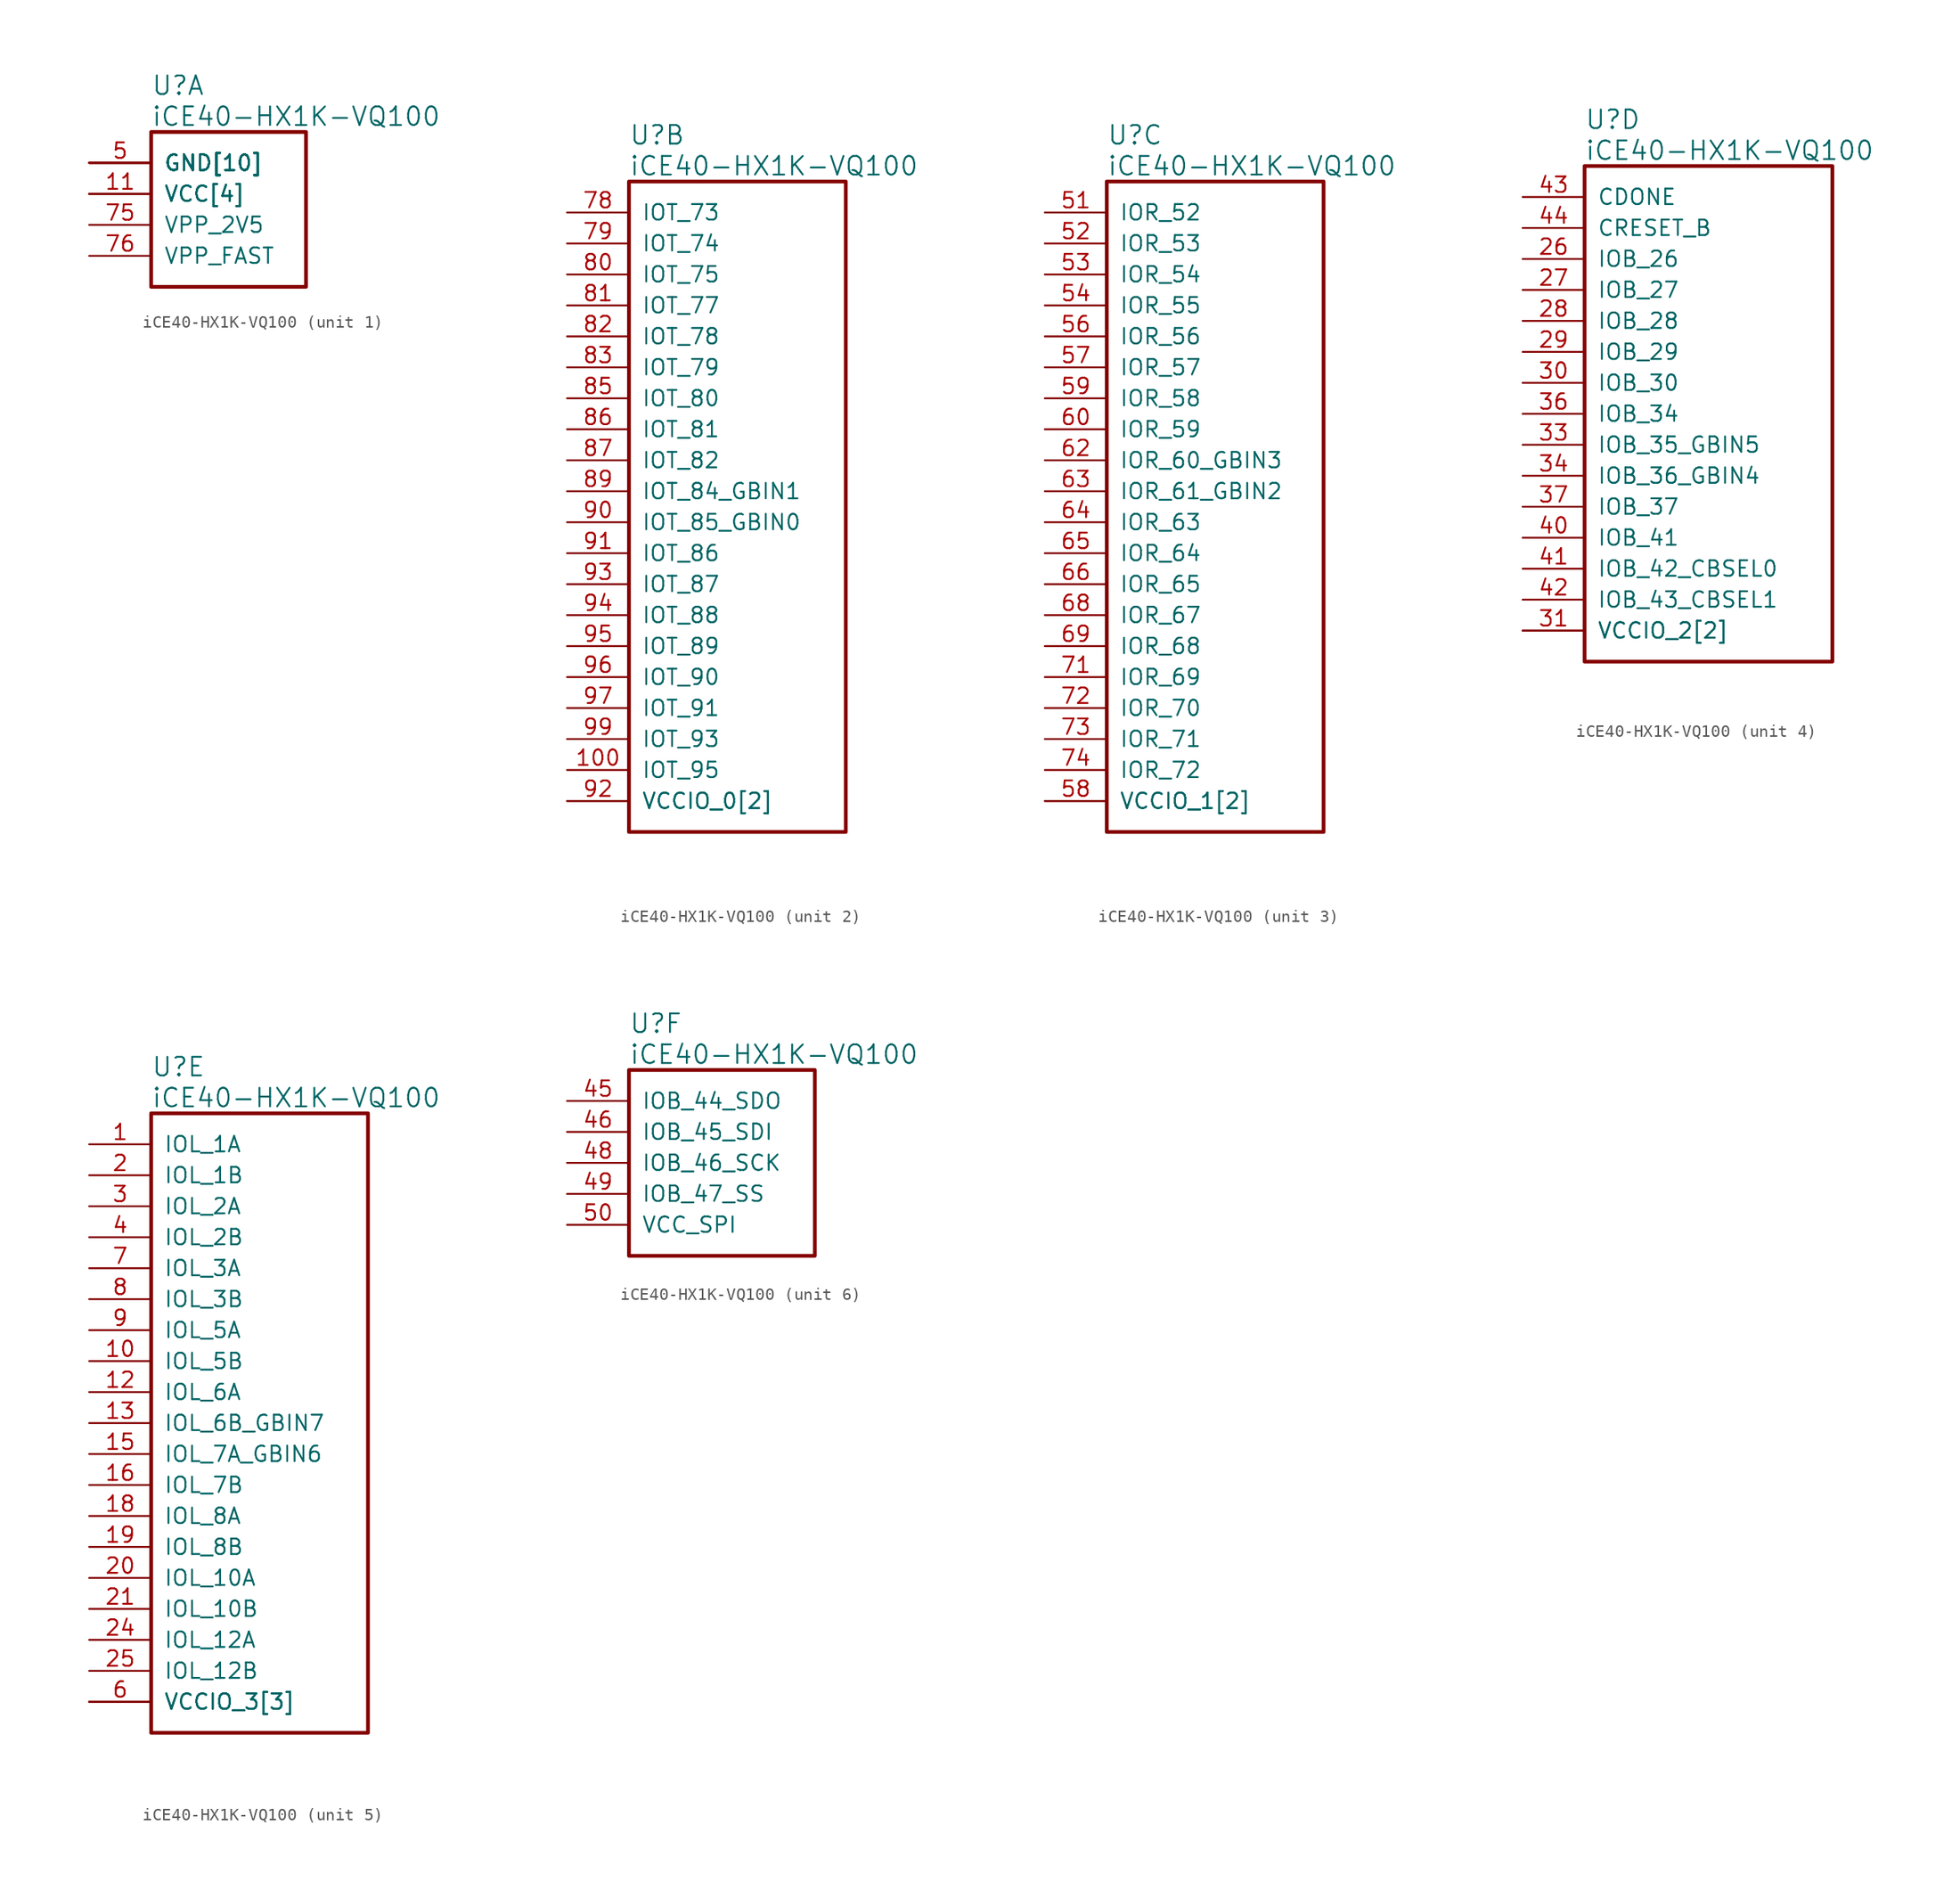
<source format=kicad_sym>
(kicad_symbol_lib
  (version 20241209)
  (generator "kicad_symbol_editor")
  (generator_version "9.0")
  (symbol "iCE40-HX1K-VQ100"
    (pin_names
      (offset 1.016))
    (property "Reference" "U"
      (at 5.08 6.35 0)
      (effects (font (size 1.524 1.524)) (justify left)))
    (property "Value" "iCE40-HX1K-VQ100"
      (at 5.08 3.81 0)
      (effects (font (size 1.524 1.524)) (justify left)))
    (property "ki_locked" ""
      (at 0 0 0)
      (effects (font (size 1.27 1.27))))
    (symbol "iCE40-HX1K-VQ100_1_1"
      (rectangle (start 5.08 2.54) (end 17.78 -10.16) (stroke (width 0.305) (type solid)) (fill (type none)))
      (pin power_in line (at 0 0 0) (length 5.08) (name "GND[10]" (effects (font (size 1.27 1.27)))) (number "17" (effects (font (size 0 0)))))
      (pin power_in line (at 0 0 0) (length 5.08) (name "GND[10]" (effects (font (size 1.27 1.27)))) (number "23" (effects (font (size 0 0)))))
      (pin power_in line (at 0 0 0) (length 5.08) (name "GND[10]" (effects (font (size 1.27 1.27)))) (number "32" (effects (font (size 0 0)))))
      (pin power_in line (at 0 0 0) (length 5.08) (name "GND[10]" (effects (font (size 1.27 1.27)))) (number "39" (effects (font (size 0 0)))))
      (pin power_in line (at 0 0 0) (length 5.08) (name "GND[10]" (effects (font (size 1.27 1.27)))) (number "47" (effects (font (size 0 0)))))
      (pin power_in line (at 0 0 0) (length 5.08) (name "GND[10]" (effects (font (size 1.27 1.27)))) (number "5" (effects (font (size 1.27 1.27)))))
      (pin power_in line (at 0 0 0) (length 5.08) (name "GND[10]" (effects (font (size 1.27 1.27)))) (number "55" (effects (font (size 0 0)))))
      (pin power_in line (at 0 0 0) (length 5.08) (name "GND[10]" (effects (font (size 1.27 1.27)))) (number "70" (effects (font (size 0 0)))))
      (pin power_in line (at 0 0 0) (length 5.08) (name "GND[10]" (effects (font (size 1.27 1.27)))) (number "84" (effects (font (size 0 0)))))
      (pin power_in line (at 0 0 0) (length 5.08) (name "GND[10]" (effects (font (size 1.27 1.27)))) (number "98" (effects (font (size 0 0)))))
      (pin power_in line (at 0 -2.54 0) (length 5.08) (name "VCC[4]" (effects (font (size 1.27 1.27)))) (number "11" (effects (font (size 1.27 1.27)))))
      (pin power_in line (at 0 -2.54 0) (length 5.08) (name "VCC[4]" (effects (font (size 1.27 1.27)))) (number "35" (effects (font (size 0 0)))))
      (pin power_in line (at 0 -2.54 0) (length 5.08) (name "VCC[4]" (effects (font (size 1.27 1.27)))) (number "61" (effects (font (size 0 0)))))
      (pin power_in line (at 0 -2.54 0) (length 5.08) (name "VCC[4]" (effects (font (size 1.27 1.27)))) (number "77" (effects (font (size 0 0)))))
      (pin power_in line (at 0 -5.08 0) (length 5.08) (name "VPP_2V5" (effects (font (size 1.27 1.27)))) (number "75" (effects (font (size 1.27 1.27)))))
      (pin power_in line (at 0 -7.62 0) (length 5.08) (name "VPP_FAST" (effects (font (size 1.27 1.27)))) (number "76" (effects (font (size 1.27 1.27))))))
    (symbol "iCE40-HX1K-VQ100_2_1"
      (rectangle (start 5.08 2.54) (end 22.86 -50.8) (stroke (width 0.305) (type solid)) (fill (type none)))
      (pin bidirectional line (at 0 0 0) (length 5.08) (name "IOT_73" (effects (font (size 1.27 1.27)))) (number "78" (effects (font (size 1.27 1.27)))))
      (pin bidirectional line (at 0 -2.54 0) (length 5.08) (name "IOT_74" (effects (font (size 1.27 1.27)))) (number "79" (effects (font (size 1.27 1.27)))))
      (pin bidirectional line (at 0 -5.08 0) (length 5.08) (name "IOT_75" (effects (font (size 1.27 1.27)))) (number "80" (effects (font (size 1.27 1.27)))))
      (pin bidirectional line (at 0 -7.62 0) (length 5.08) (name "IOT_77" (effects (font (size 1.27 1.27)))) (number "81" (effects (font (size 1.27 1.27)))))
      (pin bidirectional line (at 0 -10.16 0) (length 5.08) (name "IOT_78" (effects (font (size 1.27 1.27)))) (number "82" (effects (font (size 1.27 1.27)))))
      (pin bidirectional line (at 0 -12.7 0) (length 5.08) (name "IOT_79" (effects (font (size 1.27 1.27)))) (number "83" (effects (font (size 1.27 1.27)))))
      (pin bidirectional line (at 0 -15.24 0) (length 5.08) (name "IOT_80" (effects (font (size 1.27 1.27)))) (number "85" (effects (font (size 1.27 1.27)))))
      (pin bidirectional line (at 0 -17.78 0) (length 5.08) (name "IOT_81" (effects (font (size 1.27 1.27)))) (number "86" (effects (font (size 1.27 1.27)))))
      (pin bidirectional line (at 0 -20.32 0) (length 5.08) (name "IOT_82" (effects (font (size 1.27 1.27)))) (number "87" (effects (font (size 1.27 1.27)))))
      (pin bidirectional line (at 0 -22.86 0) (length 5.08) (name "IOT_84_GBIN1" (effects (font (size 1.27 1.27)))) (number "89" (effects (font (size 1.27 1.27)))))
      (pin bidirectional line (at 0 -25.4 0) (length 5.08) (name "IOT_85_GBIN0" (effects (font (size 1.27 1.27)))) (number "90" (effects (font (size 1.27 1.27)))))
      (pin bidirectional line (at 0 -27.94 0) (length 5.08) (name "IOT_86" (effects (font (size 1.27 1.27)))) (number "91" (effects (font (size 1.27 1.27)))))
      (pin bidirectional line (at 0 -30.48 0) (length 5.08) (name "IOT_87" (effects (font (size 1.27 1.27)))) (number "93" (effects (font (size 1.27 1.27)))))
      (pin bidirectional line (at 0 -33.02 0) (length 5.08) (name "IOT_88" (effects (font (size 1.27 1.27)))) (number "94" (effects (font (size 1.27 1.27)))))
      (pin bidirectional line (at 0 -35.56 0) (length 5.08) (name "IOT_89" (effects (font (size 1.27 1.27)))) (number "95" (effects (font (size 1.27 1.27)))))
      (pin bidirectional line (at 0 -38.1 0) (length 5.08) (name "IOT_90" (effects (font (size 1.27 1.27)))) (number "96" (effects (font (size 1.27 1.27)))))
      (pin bidirectional line (at 0 -40.64 0) (length 5.08) (name "IOT_91" (effects (font (size 1.27 1.27)))) (number "97" (effects (font (size 1.27 1.27)))))
      (pin bidirectional line (at 0 -43.18 0) (length 5.08) (name "IOT_93" (effects (font (size 1.27 1.27)))) (number "99" (effects (font (size 1.27 1.27)))))
      (pin bidirectional line (at 0 -45.72 0) (length 5.08) (name "IOT_95" (effects (font (size 1.27 1.27)))) (number "100" (effects (font (size 1.27 1.27)))))
      (pin power_in line (at 0 -48.26 0) (length 5.08) (name "VCCIO_0[2]" (effects (font (size 1.27 1.27)))) (number "88" (effects (font (size 0 0)))))
      (pin power_in line (at 0 -48.26 0) (length 5.08) (name "VCCIO_0[2]" (effects (font (size 1.27 1.27)))) (number "92" (effects (font (size 1.27 1.27))))))
    (symbol "iCE40-HX1K-VQ100_3_1"
      (rectangle (start 5.08 2.54) (end 22.86 -50.8) (stroke (width 0.305) (type solid)) (fill (type none)))
      (pin bidirectional line (at 0 0 0) (length 5.08) (name "IOR_52" (effects (font (size 1.27 1.27)))) (number "51" (effects (font (size 1.27 1.27)))))
      (pin bidirectional line (at 0 -2.54 0) (length 5.08) (name "IOR_53" (effects (font (size 1.27 1.27)))) (number "52" (effects (font (size 1.27 1.27)))))
      (pin bidirectional line (at 0 -5.08 0) (length 5.08) (name "IOR_54" (effects (font (size 1.27 1.27)))) (number "53" (effects (font (size 1.27 1.27)))))
      (pin bidirectional line (at 0 -7.62 0) (length 5.08) (name "IOR_55" (effects (font (size 1.27 1.27)))) (number "54" (effects (font (size 1.27 1.27)))))
      (pin bidirectional line (at 0 -10.16 0) (length 5.08) (name "IOR_56" (effects (font (size 1.27 1.27)))) (number "56" (effects (font (size 1.27 1.27)))))
      (pin bidirectional line (at 0 -12.7 0) (length 5.08) (name "IOR_57" (effects (font (size 1.27 1.27)))) (number "57" (effects (font (size 1.27 1.27)))))
      (pin bidirectional line (at 0 -15.24 0) (length 5.08) (name "IOR_58" (effects (font (size 1.27 1.27)))) (number "59" (effects (font (size 1.27 1.27)))))
      (pin bidirectional line (at 0 -17.78 0) (length 5.08) (name "IOR_59" (effects (font (size 1.27 1.27)))) (number "60" (effects (font (size 1.27 1.27)))))
      (pin bidirectional line (at 0 -20.32 0) (length 5.08) (name "IOR_60_GBIN3" (effects (font (size 1.27 1.27)))) (number "62" (effects (font (size 1.27 1.27)))))
      (pin bidirectional line (at 0 -22.86 0) (length 5.08) (name "IOR_61_GBIN2" (effects (font (size 1.27 1.27)))) (number "63" (effects (font (size 1.27 1.27)))))
      (pin bidirectional line (at 0 -25.4 0) (length 5.08) (name "IOR_63" (effects (font (size 1.27 1.27)))) (number "64" (effects (font (size 1.27 1.27)))))
      (pin bidirectional line (at 0 -27.94 0) (length 5.08) (name "IOR_64" (effects (font (size 1.27 1.27)))) (number "65" (effects (font (size 1.27 1.27)))))
      (pin bidirectional line (at 0 -30.48 0) (length 5.08) (name "IOR_65" (effects (font (size 1.27 1.27)))) (number "66" (effects (font (size 1.27 1.27)))))
      (pin bidirectional line (at 0 -33.02 0) (length 5.08) (name "IOR_67" (effects (font (size 1.27 1.27)))) (number "68" (effects (font (size 1.27 1.27)))))
      (pin bidirectional line (at 0 -35.56 0) (length 5.08) (name "IOR_68" (effects (font (size 1.27 1.27)))) (number "69" (effects (font (size 1.27 1.27)))))
      (pin bidirectional line (at 0 -38.1 0) (length 5.08) (name "IOR_69" (effects (font (size 1.27 1.27)))) (number "71" (effects (font (size 1.27 1.27)))))
      (pin bidirectional line (at 0 -40.64 0) (length 5.08) (name "IOR_70" (effects (font (size 1.27 1.27)))) (number "72" (effects (font (size 1.27 1.27)))))
      (pin bidirectional line (at 0 -43.18 0) (length 5.08) (name "IOR_71" (effects (font (size 1.27 1.27)))) (number "73" (effects (font (size 1.27 1.27)))))
      (pin bidirectional line (at 0 -45.72 0) (length 5.08) (name "IOR_72" (effects (font (size 1.27 1.27)))) (number "74" (effects (font (size 1.27 1.27)))))
      (pin power_in line (at 0 -48.26 0) (length 5.08) (name "VCCIO_1[2]" (effects (font (size 1.27 1.27)))) (number "58" (effects (font (size 1.27 1.27)))))
      (pin power_in line (at 0 -48.26 0) (length 5.08) (name "VCCIO_1[2]" (effects (font (size 1.27 1.27)))) (number "67" (effects (font (size 0 0))))))
    (symbol "iCE40-HX1K-VQ100_4_1"
      (rectangle (start 5.08 2.54) (end 25.4 -38.1) (stroke (width 0.305) (type solid)) (fill (type none)))
      (pin output line (at 0 0 0) (length 5.08) (name "CDONE" (effects (font (size 1.27 1.27)))) (number "43" (effects (font (size 1.27 1.27)))))
      (pin input line (at 0 -2.54 0) (length 5.08) (name "CRESET_B" (effects (font (size 1.27 1.27)))) (number "44" (effects (font (size 1.27 1.27)))))
      (pin bidirectional line (at 0 -5.08 0) (length 5.08) (name "IOB_26" (effects (font (size 1.27 1.27)))) (number "26" (effects (font (size 1.27 1.27)))))
      (pin bidirectional line (at 0 -7.62 0) (length 5.08) (name "IOB_27" (effects (font (size 1.27 1.27)))) (number "27" (effects (font (size 1.27 1.27)))))
      (pin bidirectional line (at 0 -10.16 0) (length 5.08) (name "IOB_28" (effects (font (size 1.27 1.27)))) (number "28" (effects (font (size 1.27 1.27)))))
      (pin bidirectional line (at 0 -12.7 0) (length 5.08) (name "IOB_29" (effects (font (size 1.27 1.27)))) (number "29" (effects (font (size 1.27 1.27)))))
      (pin bidirectional line (at 0 -15.24 0) (length 5.08) (name "IOB_30" (effects (font (size 1.27 1.27)))) (number "30" (effects (font (size 1.27 1.27)))))
      (pin bidirectional line (at 0 -17.78 0) (length 5.08) (name "IOB_34" (effects (font (size 1.27 1.27)))) (number "36" (effects (font (size 1.27 1.27)))))
      (pin bidirectional line (at 0 -20.32 0) (length 5.08) (name "IOB_35_GBIN5" (effects (font (size 1.27 1.27)))) (number "33" (effects (font (size 1.27 1.27)))))
      (pin bidirectional line (at 0 -22.86 0) (length 5.08) (name "IOB_36_GBIN4" (effects (font (size 1.27 1.27)))) (number "34" (effects (font (size 1.27 1.27)))))
      (pin bidirectional line (at 0 -25.4 0) (length 5.08) (name "IOB_37" (effects (font (size 1.27 1.27)))) (number "37" (effects (font (size 1.27 1.27)))))
      (pin bidirectional line (at 0 -27.94 0) (length 5.08) (name "IOB_41" (effects (font (size 1.27 1.27)))) (number "40" (effects (font (size 1.27 1.27)))))
      (pin bidirectional line (at 0 -30.48 0) (length 5.08) (name "IOB_42_CBSEL0" (effects (font (size 1.27 1.27)))) (number "41" (effects (font (size 1.27 1.27)))))
      (pin bidirectional line (at 0 -33.02 0) (length 5.08) (name "IOB_43_CBSEL1" (effects (font (size 1.27 1.27)))) (number "42" (effects (font (size 1.27 1.27)))))
      (pin power_in line (at 0 -35.56 0) (length 5.08) (name "VCCIO_2[2]" (effects (font (size 1.27 1.27)))) (number "31" (effects (font (size 1.27 1.27)))))
      (pin power_in line (at 0 -35.56 0) (length 5.08) (name "VCCIO_2[2]" (effects (font (size 1.27 1.27)))) (number "38" (effects (font (size 0 0))))))
    (symbol "iCE40-HX1K-VQ100_5_1"
      (rectangle (start 5.08 2.54) (end 22.86 -48.26) (stroke (width 0.305) (type solid)) (fill (type none)))
      (pin bidirectional line (at 0 0 0) (length 5.08) (name "IOL_1A" (effects (font (size 1.27 1.27)))) (number "1" (effects (font (size 1.27 1.27)))))
      (pin bidirectional line (at 0 -2.54 0) (length 5.08) (name "IOL_1B" (effects (font (size 1.27 1.27)))) (number "2" (effects (font (size 1.27 1.27)))))
      (pin bidirectional line (at 0 -5.08 0) (length 5.08) (name "IOL_2A" (effects (font (size 1.27 1.27)))) (number "3" (effects (font (size 1.27 1.27)))))
      (pin bidirectional line (at 0 -7.62 0) (length 5.08) (name "IOL_2B" (effects (font (size 1.27 1.27)))) (number "4" (effects (font (size 1.27 1.27)))))
      (pin bidirectional line (at 0 -10.16 0) (length 5.08) (name "IOL_3A" (effects (font (size 1.27 1.27)))) (number "7" (effects (font (size 1.27 1.27)))))
      (pin bidirectional line (at 0 -12.7 0) (length 5.08) (name "IOL_3B" (effects (font (size 1.27 1.27)))) (number "8" (effects (font (size 1.27 1.27)))))
      (pin bidirectional line (at 0 -15.24 0) (length 5.08) (name "IOL_5A" (effects (font (size 1.27 1.27)))) (number "9" (effects (font (size 1.27 1.27)))))
      (pin bidirectional line (at 0 -17.78 0) (length 5.08) (name "IOL_5B" (effects (font (size 1.27 1.27)))) (number "10" (effects (font (size 1.27 1.27)))))
      (pin bidirectional line (at 0 -20.32 0) (length 5.08) (name "IOL_6A" (effects (font (size 1.27 1.27)))) (number "12" (effects (font (size 1.27 1.27)))))
      (pin bidirectional line (at 0 -22.86 0) (length 5.08) (name "IOL_6B_GBIN7" (effects (font (size 1.27 1.27)))) (number "13" (effects (font (size 1.27 1.27)))))
      (pin bidirectional line (at 0 -25.4 0) (length 5.08) (name "IOL_7A_GBIN6" (effects (font (size 1.27 1.27)))) (number "15" (effects (font (size 1.27 1.27)))))
      (pin bidirectional line (at 0 -27.94 0) (length 5.08) (name "IOL_7B" (effects (font (size 1.27 1.27)))) (number "16" (effects (font (size 1.27 1.27)))))
      (pin bidirectional line (at 0 -30.48 0) (length 5.08) (name "IOL_8A" (effects (font (size 1.27 1.27)))) (number "18" (effects (font (size 1.27 1.27)))))
      (pin bidirectional line (at 0 -33.02 0) (length 5.08) (name "IOL_8B" (effects (font (size 1.27 1.27)))) (number "19" (effects (font (size 1.27 1.27)))))
      (pin bidirectional line (at 0 -35.56 0) (length 5.08) (name "IOL_10A" (effects (font (size 1.27 1.27)))) (number "20" (effects (font (size 1.27 1.27)))))
      (pin bidirectional line (at 0 -38.1 0) (length 5.08) (name "IOL_10B" (effects (font (size 1.27 1.27)))) (number "21" (effects (font (size 1.27 1.27)))))
      (pin bidirectional line (at 0 -40.64 0) (length 5.08) (name "IOL_12A" (effects (font (size 1.27 1.27)))) (number "24" (effects (font (size 1.27 1.27)))))
      (pin bidirectional line (at 0 -43.18 0) (length 5.08) (name "IOL_12B" (effects (font (size 1.27 1.27)))) (number "25" (effects (font (size 1.27 1.27)))))
      (pin power_in line (at 0 -45.72 0) (length 5.08) (name "VCCIO_3[3]" (effects (font (size 1.27 1.27)))) (number "14" (effects (font (size 0 0)))))
      (pin power_in line (at 0 -45.72 0) (length 5.08) (name "VCCIO_3[3]" (effects (font (size 1.27 1.27)))) (number "22" (effects (font (size 0 0)))))
      (pin power_in line (at 0 -45.72 0) (length 5.08) (name "VCCIO_3[3]" (effects (font (size 1.27 1.27)))) (number "6" (effects (font (size 1.27 1.27))))))
    (symbol "iCE40-HX1K-VQ100_6_1"
      (rectangle (start 5.08 2.54) (end 20.32 -12.7) (stroke (width 0.305) (type solid)) (fill (type none)))
      (pin bidirectional line (at 0 0 0) (length 5.08) (name "IOB_44_SDO" (effects (font (size 1.27 1.27)))) (number "45" (effects (font (size 1.27 1.27)))))
      (pin bidirectional line (at 0 -2.54 0) (length 5.08) (name "IOB_45_SDI" (effects (font (size 1.27 1.27)))) (number "46" (effects (font (size 1.27 1.27)))))
      (pin bidirectional line (at 0 -5.08 0) (length 5.08) (name "IOB_46_SCK" (effects (font (size 1.27 1.27)))) (number "48" (effects (font (size 1.27 1.27)))))
      (pin bidirectional line (at 0 -7.62 0) (length 5.08) (name "IOB_47_SS" (effects (font (size 1.27 1.27)))) (number "49" (effects (font (size 1.27 1.27)))))
      (pin power_in line (at 0 -10.16 0) (length 5.08) (name "VCC_SPI" (effects (font (size 1.27 1.27)))) (number "50" (effects (font (size 1.27 1.27))))))))
</source>
